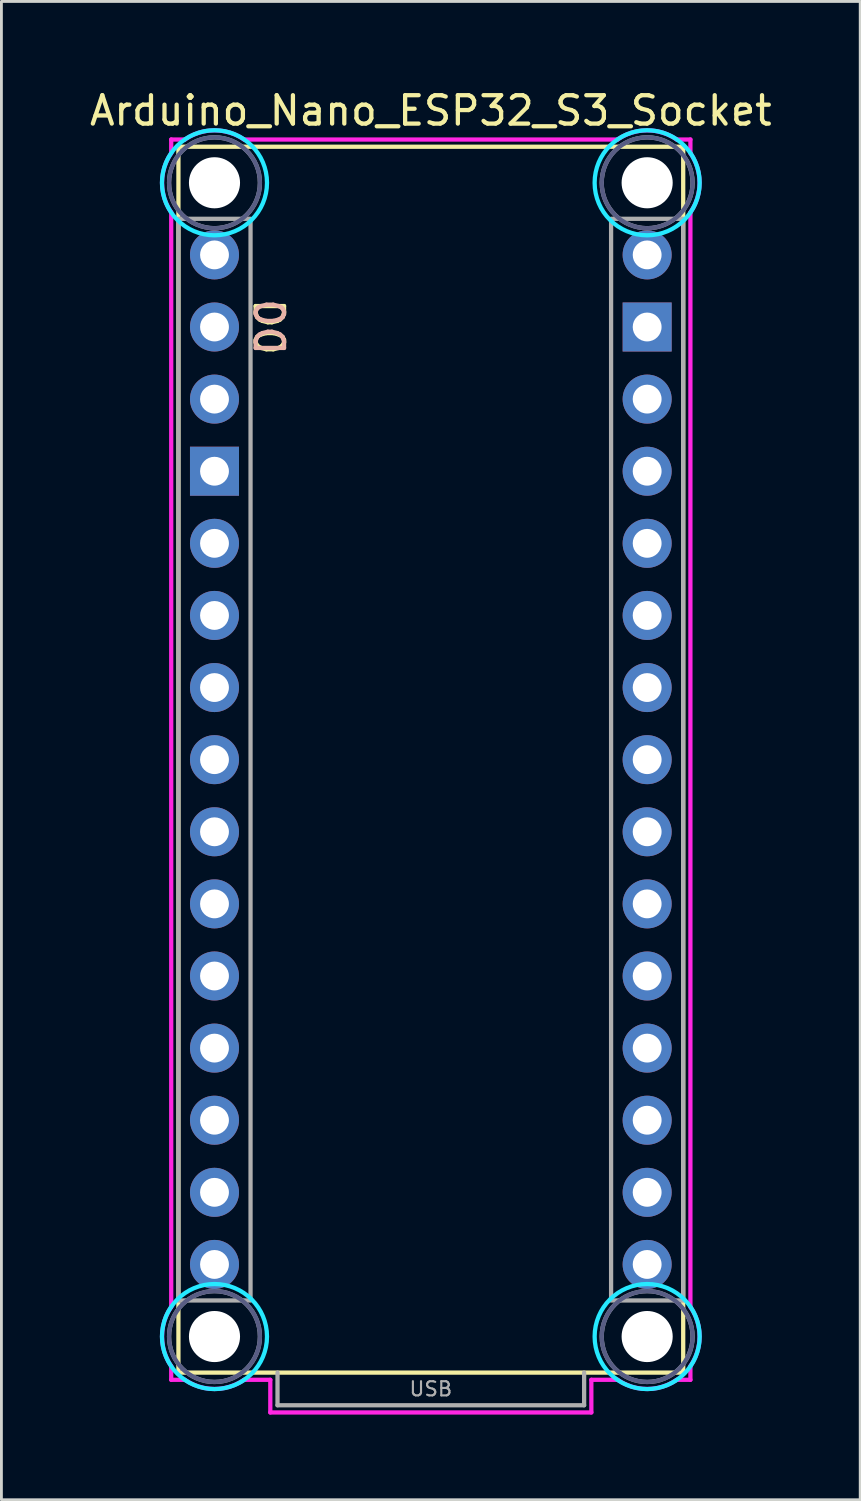
<source format=kicad_pcb>
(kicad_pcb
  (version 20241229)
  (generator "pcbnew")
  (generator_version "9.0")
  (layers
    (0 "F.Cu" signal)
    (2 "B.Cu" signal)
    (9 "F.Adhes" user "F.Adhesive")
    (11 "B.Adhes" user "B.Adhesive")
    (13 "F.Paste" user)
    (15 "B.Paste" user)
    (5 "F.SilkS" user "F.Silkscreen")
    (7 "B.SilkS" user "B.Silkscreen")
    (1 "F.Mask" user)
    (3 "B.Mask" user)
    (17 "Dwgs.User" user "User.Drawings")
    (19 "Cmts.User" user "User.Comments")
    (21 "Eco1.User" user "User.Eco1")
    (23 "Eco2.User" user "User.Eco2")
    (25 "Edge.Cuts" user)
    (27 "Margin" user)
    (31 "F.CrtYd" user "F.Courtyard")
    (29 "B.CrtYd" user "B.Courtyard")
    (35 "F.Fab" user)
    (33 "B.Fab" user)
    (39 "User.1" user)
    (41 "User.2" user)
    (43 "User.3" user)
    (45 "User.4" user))
  (footprint "Arduino_Nano_ESP32_S3_Socket"
    (layer "F.Cu")
    (at 12.125 45.298)
    (property "Reference" "Arduino_Nano_ESP32_S3_Socket" (at 0 -44.45 0) (layer "F.SilkS") (effects (font (size 1 1) (thickness 0.15))))
    (attr through_hole)
    (fp_line (start -8.89 -43.18) (end -8.89 0) (stroke (width 0.15) (type solid)) (layer "F.SilkS"))
    (fp_line (start -8.89 -43.18) (end 8.89 -43.18) (stroke (width 0.15) (type solid)) (layer "F.SilkS"))
    (fp_line (start -8.89 0) (end 8.89 0) (stroke (width 0.15) (type solid)) (layer "F.SilkS"))
    (fp_line (start 8.89 -43.18) (end 8.89 0) (stroke (width 0.15) (type solid)) (layer "F.SilkS"))
    (fp_circle (center -7.62 -41.91) (end -5.77 -41.91) (stroke (width 0.15) (type solid)) (fill no) (layer "B.CrtYd"))
    (fp_circle (center -7.62 -1.27) (end -5.77 -1.27) (stroke (width 0.15) (type solid)) (fill no) (layer "B.CrtYd"))
    (fp_circle (center 7.62 -41.91) (end 9.47 -41.91) (stroke (width 0.15) (type solid)) (fill no) (layer "B.CrtYd"))
    (fp_circle (center 7.62 -1.27) (end 9.47 -1.27) (stroke (width 0.15) (type solid)) (fill no) (layer "B.CrtYd"))
    (fp_line (start -9.144 -43.434) (end -8.661 -43.434) (stroke (width 0.15) (type solid)) (layer "F.CrtYd"))
    (fp_line (start -9.144 -42.951) (end -9.144 -43.434) (stroke (width 0.15) (type solid)) (layer "F.CrtYd"))
    (fp_line (start -9.144 -2.311) (end -9.144 -40.869) (stroke (width 0.15) (type solid)) (layer "F.CrtYd"))
    (fp_line (start -9.144 0.254) (end -9.144 -0.229) (stroke (width 0.15) (type solid)) (layer "F.CrtYd"))
    (fp_line (start -8.661 0.254) (end -9.144 0.254) (stroke (width 0.15) (type solid)) (layer "F.CrtYd"))
    (fp_line (start -6.579 -43.434) (end 6.579 -43.434) (stroke (width 0.15) (type solid)) (layer "F.CrtYd"))
    (fp_line (start -5.654 0.254) (end -6.579 0.254) (stroke (width 0.15) (type solid)) (layer "F.CrtYd"))
    (fp_line (start -5.654 1.404) (end -5.654 0.254) (stroke (width 0.15) (type solid)) (layer "F.CrtYd"))
    (fp_line (start 5.654 0.254) (end 5.654 1.404) (stroke (width 0.15) (type solid)) (layer "F.CrtYd"))
    (fp_line (start 5.654 1.404) (end -5.654 1.404) (stroke (width 0.15) (type solid)) (layer "F.CrtYd"))
    (fp_line (start 6.579 0.254) (end 5.654 0.254) (stroke (width 0.15) (type solid)) (layer "F.CrtYd"))
    (fp_line (start 8.661 -43.434) (end 9.144 -43.434) (stroke (width 0.15) (type solid)) (layer "F.CrtYd"))
    (fp_line (start 9.144 -43.434) (end 9.144 -42.951) (stroke (width 0.15) (type solid)) (layer "F.CrtYd"))
    (fp_line (start 9.144 -40.869) (end 9.144 -2.311) (stroke (width 0.15) (type solid)) (layer "F.CrtYd"))
    (fp_line (start 9.144 -0.229) (end 9.144 0.254) (stroke (width 0.15) (type solid)) (layer "F.CrtYd"))
    (fp_line (start 9.144 0.254) (end 8.661 0.254) (stroke (width 0.15) (type solid)) (layer "F.CrtYd"))
    (fp_arc (start -9.144 -40.8686) (mid -9.467363 -41.91) (end -9.144 -42.9514) (stroke (width 0.15) (type solid)) (layer "F.CrtYd"))
    (fp_arc (start -9.144 -0.2286) (mid -9.467363 -1.27) (end -9.144 -2.3114) (stroke (width 0.15) (type solid)) (layer "F.CrtYd"))
    (fp_arc (start -8.6614 -43.434) (mid -7.62 -43.757363) (end -6.5786 -43.434) (stroke (width 0.15) (type solid)) (layer "F.CrtYd"))
    (fp_arc (start -6.5786 0.254) (mid -7.62 0.577363) (end -8.6614 0.254) (stroke (width 0.15) (type solid)) (layer "F.CrtYd"))
    (fp_arc (start 6.5786 -43.434) (mid 7.62 -43.757363) (end 8.6614 -43.434) (stroke (width 0.15) (type solid)) (layer "F.CrtYd"))
    (fp_arc (start 8.6614 0.254) (mid 7.62 0.577363) (end 6.5786 0.254) (stroke (width 0.15) (type solid)) (layer "F.CrtYd"))
    (fp_arc (start 9.144 -42.9514) (mid 9.467363 -41.91) (end 9.144 -40.8686) (stroke (width 0.15) (type solid)) (layer "F.CrtYd"))
    (fp_arc (start 9.144 -2.3114) (mid 9.467363 -1.27) (end 9.144 -0.2286) (stroke (width 0.15) (type solid)) (layer "F.CrtYd"))
    (fp_circle (center -7.62 -41.91) (end -6.02 -41.91) (stroke (width 0.15) (type solid)) (fill no) (layer "B.Fab"))
    (fp_circle (center -7.62 -1.27) (end -6.02 -1.27) (stroke (width 0.15) (type solid)) (fill no) (layer "B.Fab"))
    (fp_circle (center 7.62 -41.91) (end 9.22 -41.91) (stroke (width 0.15) (type solid)) (fill no) (layer "B.Fab"))
    (fp_circle (center 7.62 -1.27) (end 9.22 -1.27) (stroke (width 0.15) (type solid)) (fill no) (layer "B.Fab"))
    (fp_line (start -5.4 0) (end -5.4 1.15) (stroke (width 0.15) (type solid)) (layer "F.Fab"))
    (fp_line (start -5.4 1.15) (end 5.4 1.15) (stroke (width 0.15) (type solid)) (layer "F.Fab"))
    (fp_line (start 5.4 1.15) (end 5.4 0) (stroke (width 0.15) (type solid)) (layer "F.Fab"))
    (fp_rect (start -8.89 -40.64) (end -6.35 -2.54) (stroke (width 0.15) (type solid)) (fill no) (layer "F.Fab"))
    (fp_rect (start 6.35 -40.64) (end 8.89 -2.54) (stroke (width 0.15) (type solid)) (fill no) (layer "F.Fab"))
    (fp_circle (center -7.62 -41.91) (end -6.02 -41.91) (stroke (width 0.15) (type solid)) (fill no) (layer "F.Fab"))
    (fp_circle (center -7.62 -1.27) (end -6.02 -1.27) (stroke (width 0.15) (type solid)) (fill no) (layer "F.Fab"))
    (fp_circle (center 7.62 -41.91) (end 9.22 -41.91) (stroke (width 0.15) (type solid)) (fill no) (layer "F.Fab"))
    (fp_circle (center 7.62 -1.27) (end 9.22 -1.27) (stroke (width 0.15) (type solid)) (fill no) (layer "F.Fab"))
    (fp_text user "D0" (at -5.715 -36.83 270) (unlocked yes) (layer "F.SilkS") (effects (font (size 1 1) (thickness 0.15))))
    (fp_text user "D0" (at -5.715 -36.83 270) (unlocked yes) (layer "B.SilkS") (effects (font (size 1 1) (thickness 0.15)) (justify mirror)))
    (fp_text user "USB" (at 0 0.575 0) (layer "F.Fab") (effects (font (size 0.5 0.5) (thickness 0.075))))
    (pad "" np_thru_hole circle (at -7.62 -41.91) (size 1.8 1.8) (drill 1.8) (layers "*.Cu" "*.Mask"))
    (pad "" np_thru_hole circle (at -7.62 -1.27) (size 1.8 1.8) (drill 1.8) (layers "*.Cu" "*.Mask"))
    (pad "" np_thru_hole circle (at 7.62 -41.91) (size 1.8 1.8) (drill 1.8) (layers "*.Cu" "*.Mask"))
    (pad "" np_thru_hole circle (at 7.62 -1.27) (size 1.8 1.8) (drill 1.8) (layers "*.Cu" "*.Mask"))
    (pad "3V3" thru_hole circle (at 7.62 -6.35) (size 1.727 1.727) (drill 1.016) (layers "*.Cu" "*.Mask"))
    (pad "A0" thru_hole circle (at 7.62 -11.43) (size 1.727 1.727) (drill 1.016) (layers "*.Cu" "*.Mask"))
    (pad "A1" thru_hole circle (at 7.62 -13.97) (size 1.727 1.727) (drill 1.016) (layers "*.Cu" "*.Mask"))
    (pad "A2" thru_hole circle (at 7.62 -16.51) (size 1.727 1.727) (drill 1.016) (layers "*.Cu" "*.Mask"))
    (pad "A3" thru_hole circle (at 7.62 -19.05) (size 1.727 1.727) (drill 1.016) (layers "*.Cu" "*.Mask"))
    (pad "A4" thru_hole circle (at 7.62 -21.59) (size 1.727 1.727) (drill 1.016) (layers "*.Cu" "*.Mask"))
    (pad "A5" thru_hole circle (at 7.62 -24.13) (size 1.727 1.727) (drill 1.016) (layers "*.Cu" "*.Mask"))
    (pad "A6" thru_hole circle (at 7.62 -26.67) (size 1.727 1.727) (drill 1.016) (layers "*.Cu" "*.Mask"))
    (pad "A7" thru_hole circle (at 7.62 -29.21) (size 1.727 1.727) (drill 1.016) (layers "*.Cu" "*.Mask"))
    (pad "B0" thru_hole circle (at 7.62 -8.89) (size 1.727 1.727) (drill 1.016) (layers "*.Cu" "*.Mask"))
    (pad "B1" thru_hole circle (at 7.62 -34.29) (size 1.727 1.727) (drill 1.016) (layers "*.Cu" "*.Mask"))
    (pad "D0" thru_hole circle (at -7.62 -36.83) (size 1.727 1.727) (drill 1.016) (layers "*.Cu" "*.Mask"))
    (pad "D1" thru_hole circle (at -7.62 -39.37) (size 1.727 1.727) (drill 1.016) (layers "*.Cu" "*.Mask"))
    (pad "D2" thru_hole circle (at -7.62 -29.21) (size 1.727 1.727) (drill 1.016) (layers "*.Cu" "*.Mask"))
    (pad "D3" thru_hole circle (at -7.62 -26.67) (size 1.727 1.727) (drill 1.016) (layers "*.Cu" "*.Mask"))
    (pad "D4" thru_hole circle (at -7.62 -24.13) (size 1.727 1.727) (drill 1.016) (layers "*.Cu" "*.Mask"))
    (pad "D5" thru_hole circle (at -7.62 -21.59) (size 1.727 1.727) (drill 1.016) (layers "*.Cu" "*.Mask"))
    (pad "D6" thru_hole circle (at -7.62 -19.05) (size 1.727 1.727) (drill 1.016) (layers "*.Cu" "*.Mask"))
    (pad "D7" thru_hole circle (at -7.62 -16.51) (size 1.727 1.727) (drill 1.016) (layers "*.Cu" "*.Mask"))
    (pad "D8" thru_hole circle (at -7.62 -13.97) (size 1.727 1.727) (drill 1.016) (layers "*.Cu" "*.Mask"))
    (pad "D9" thru_hole circle (at -7.62 -11.43) (size 1.727 1.727) (drill 1.016) (layers "*.Cu" "*.Mask"))
    (pad "D10" thru_hole circle (at -7.62 -8.89) (size 1.727 1.727) (drill 1.016) (layers "*.Cu" "*.Mask"))
    (pad "D11" thru_hole circle (at -7.62 -6.35) (size 1.727 1.727) (drill 1.016) (layers "*.Cu" "*.Mask"))
    (pad "D12" thru_hole circle (at -7.62 -3.81) (size 1.727 1.727) (drill 1.016) (layers "*.Cu" "*.Mask"))
    (pad "D13" thru_hole circle (at 7.62 -3.81) (size 1.727 1.727) (drill 1.016) (layers "*.Cu" "*.Mask"))
    (pad "GND1" thru_hole rect (at -7.62 -31.75) (size 1.727 1.727) (drill 1.016) (layers "*.Cu" "*.Mask"))
    (pad "GND2" thru_hole rect (at 7.62 -36.83) (size 1.727 1.727) (drill 1.016) (layers "*.Cu" "*.Mask"))
    (pad "RST" thru_hole circle (at -7.62 -34.29) (size 1.727 1.727) (drill 1.016) (layers "*.Cu" "*.Mask"))
    (pad "VBUS" thru_hole circle (at 7.62 -31.75) (size 1.727 1.727) (drill 1.016) (layers "*.Cu" "*.Mask"))
    (pad "VIN" thru_hole circle (at 7.62 -39.37) (size 1.727 1.727) (drill 1.016) (layers "*.Cu" "*.Mask")))
  (gr_rect
    (start -3 -3)
    (end 27.25 49.777)
    (stroke (width 0.1) (type default))
    (fill no)
    (layer "Edge.Cuts")))
</source>
